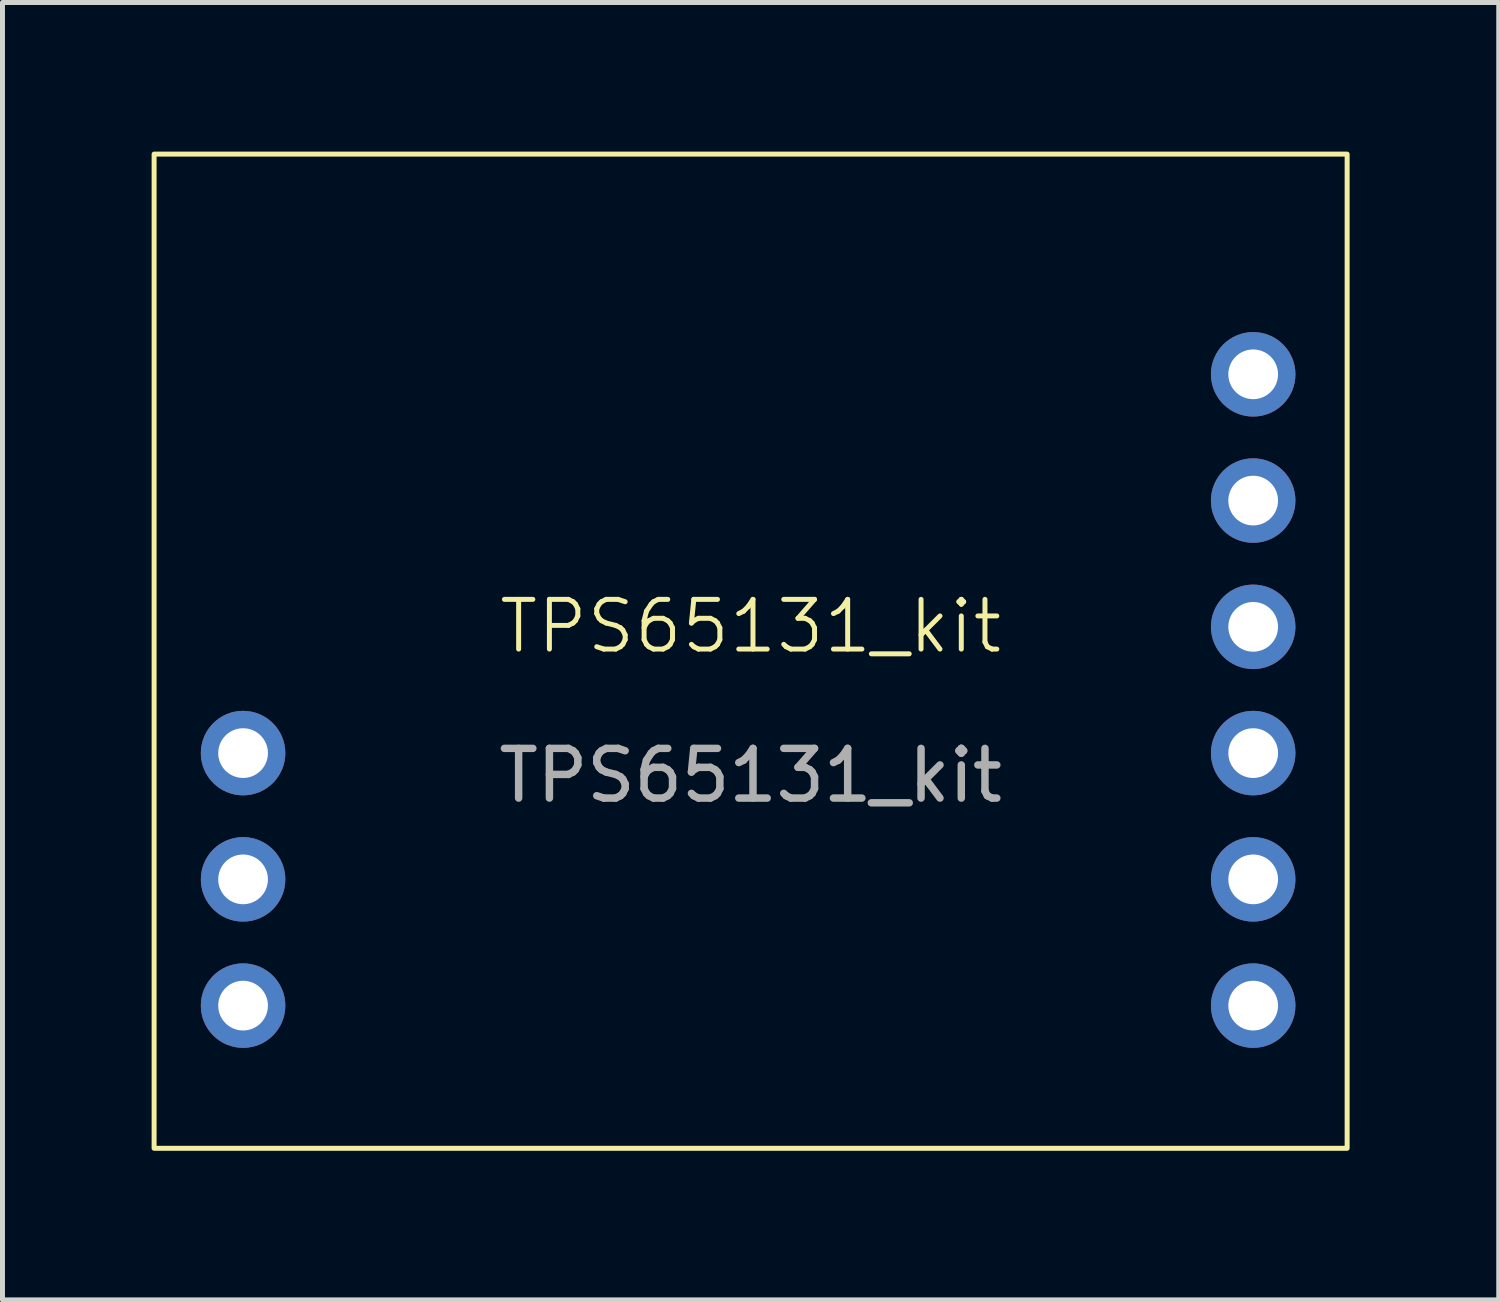
<source format=kicad_pcb>
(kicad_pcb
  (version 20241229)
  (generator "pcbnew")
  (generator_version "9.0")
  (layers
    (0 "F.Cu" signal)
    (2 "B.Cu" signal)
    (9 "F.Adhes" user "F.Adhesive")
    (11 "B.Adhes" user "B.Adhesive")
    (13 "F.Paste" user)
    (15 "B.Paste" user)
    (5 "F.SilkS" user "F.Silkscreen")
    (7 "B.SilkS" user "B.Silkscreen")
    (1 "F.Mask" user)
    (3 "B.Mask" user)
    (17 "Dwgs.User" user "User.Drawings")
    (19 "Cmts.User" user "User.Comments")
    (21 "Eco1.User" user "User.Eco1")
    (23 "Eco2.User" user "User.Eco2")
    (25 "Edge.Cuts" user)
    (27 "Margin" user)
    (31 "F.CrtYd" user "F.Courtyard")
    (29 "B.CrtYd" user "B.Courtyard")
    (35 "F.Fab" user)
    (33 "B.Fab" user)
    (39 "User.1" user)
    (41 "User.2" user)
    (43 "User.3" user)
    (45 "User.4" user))
  (footprint "TPS65131_kit"
    (layer "F.Cu")
    (at 12.05 10.05)
    (property "Reference" "TPS65131_kit" (at 0 -0.5 0) (unlocked yes) (layer "F.SilkS") (effects (font (size 1 1) (thickness 0.1))))
    (attr smd)
    (fp_rect (start -12 -10) (end 12 10) (stroke (width 0.1) (type solid)) (fill no) (layer "F.SilkS"))
    (fp_text user "${REFERENCE}" (at 0 2.5 0) (unlocked yes) (layer "F.Fab") (effects (font (size 1 1) (thickness 0.15))))
    (pad "1" thru_hole circle (at -10.21 2.05) (size 1.7 1.7) (drill 1) (layers "*.Cu" "*.Mask"))
    (pad "2" thru_hole circle (at -10.21 4.59) (size 1.7 1.7) (drill 1) (layers "*.Cu" "*.Mask"))
    (pad "3" thru_hole circle (at -10.21 7.13) (size 1.7 1.7) (drill 1) (layers "*.Cu" "*.Mask"))
    (pad "4" thru_hole circle (at 10.11 -5.57) (size 1.7 1.7) (drill 1) (layers "*.Cu" "*.Mask"))
    (pad "5" thru_hole circle (at 10.11 -3.03) (size 1.7 1.7) (drill 1) (layers "*.Cu" "*.Mask"))
    (pad "6" thru_hole circle (at 10.11 -0.49) (size 1.7 1.7) (drill 1) (layers "*.Cu" "*.Mask"))
    (pad "7" thru_hole circle (at 10.11 2.05) (size 1.7 1.7) (drill 1) (layers "*.Cu" "*.Mask"))
    (pad "8" thru_hole circle (at 10.11 4.59) (size 1.7 1.7) (drill 1) (layers "*.Cu" "*.Mask"))
    (pad "9" thru_hole circle (at 10.11 7.13) (size 1.7 1.7) (drill 1) (layers "*.Cu" "*.Mask")))
  (gr_rect
    (start -3 -3)
    (end 27.1 23.1)
    (stroke (width 0.1) (type default))
    (fill no)
    (layer "Edge.Cuts")))
</source>
